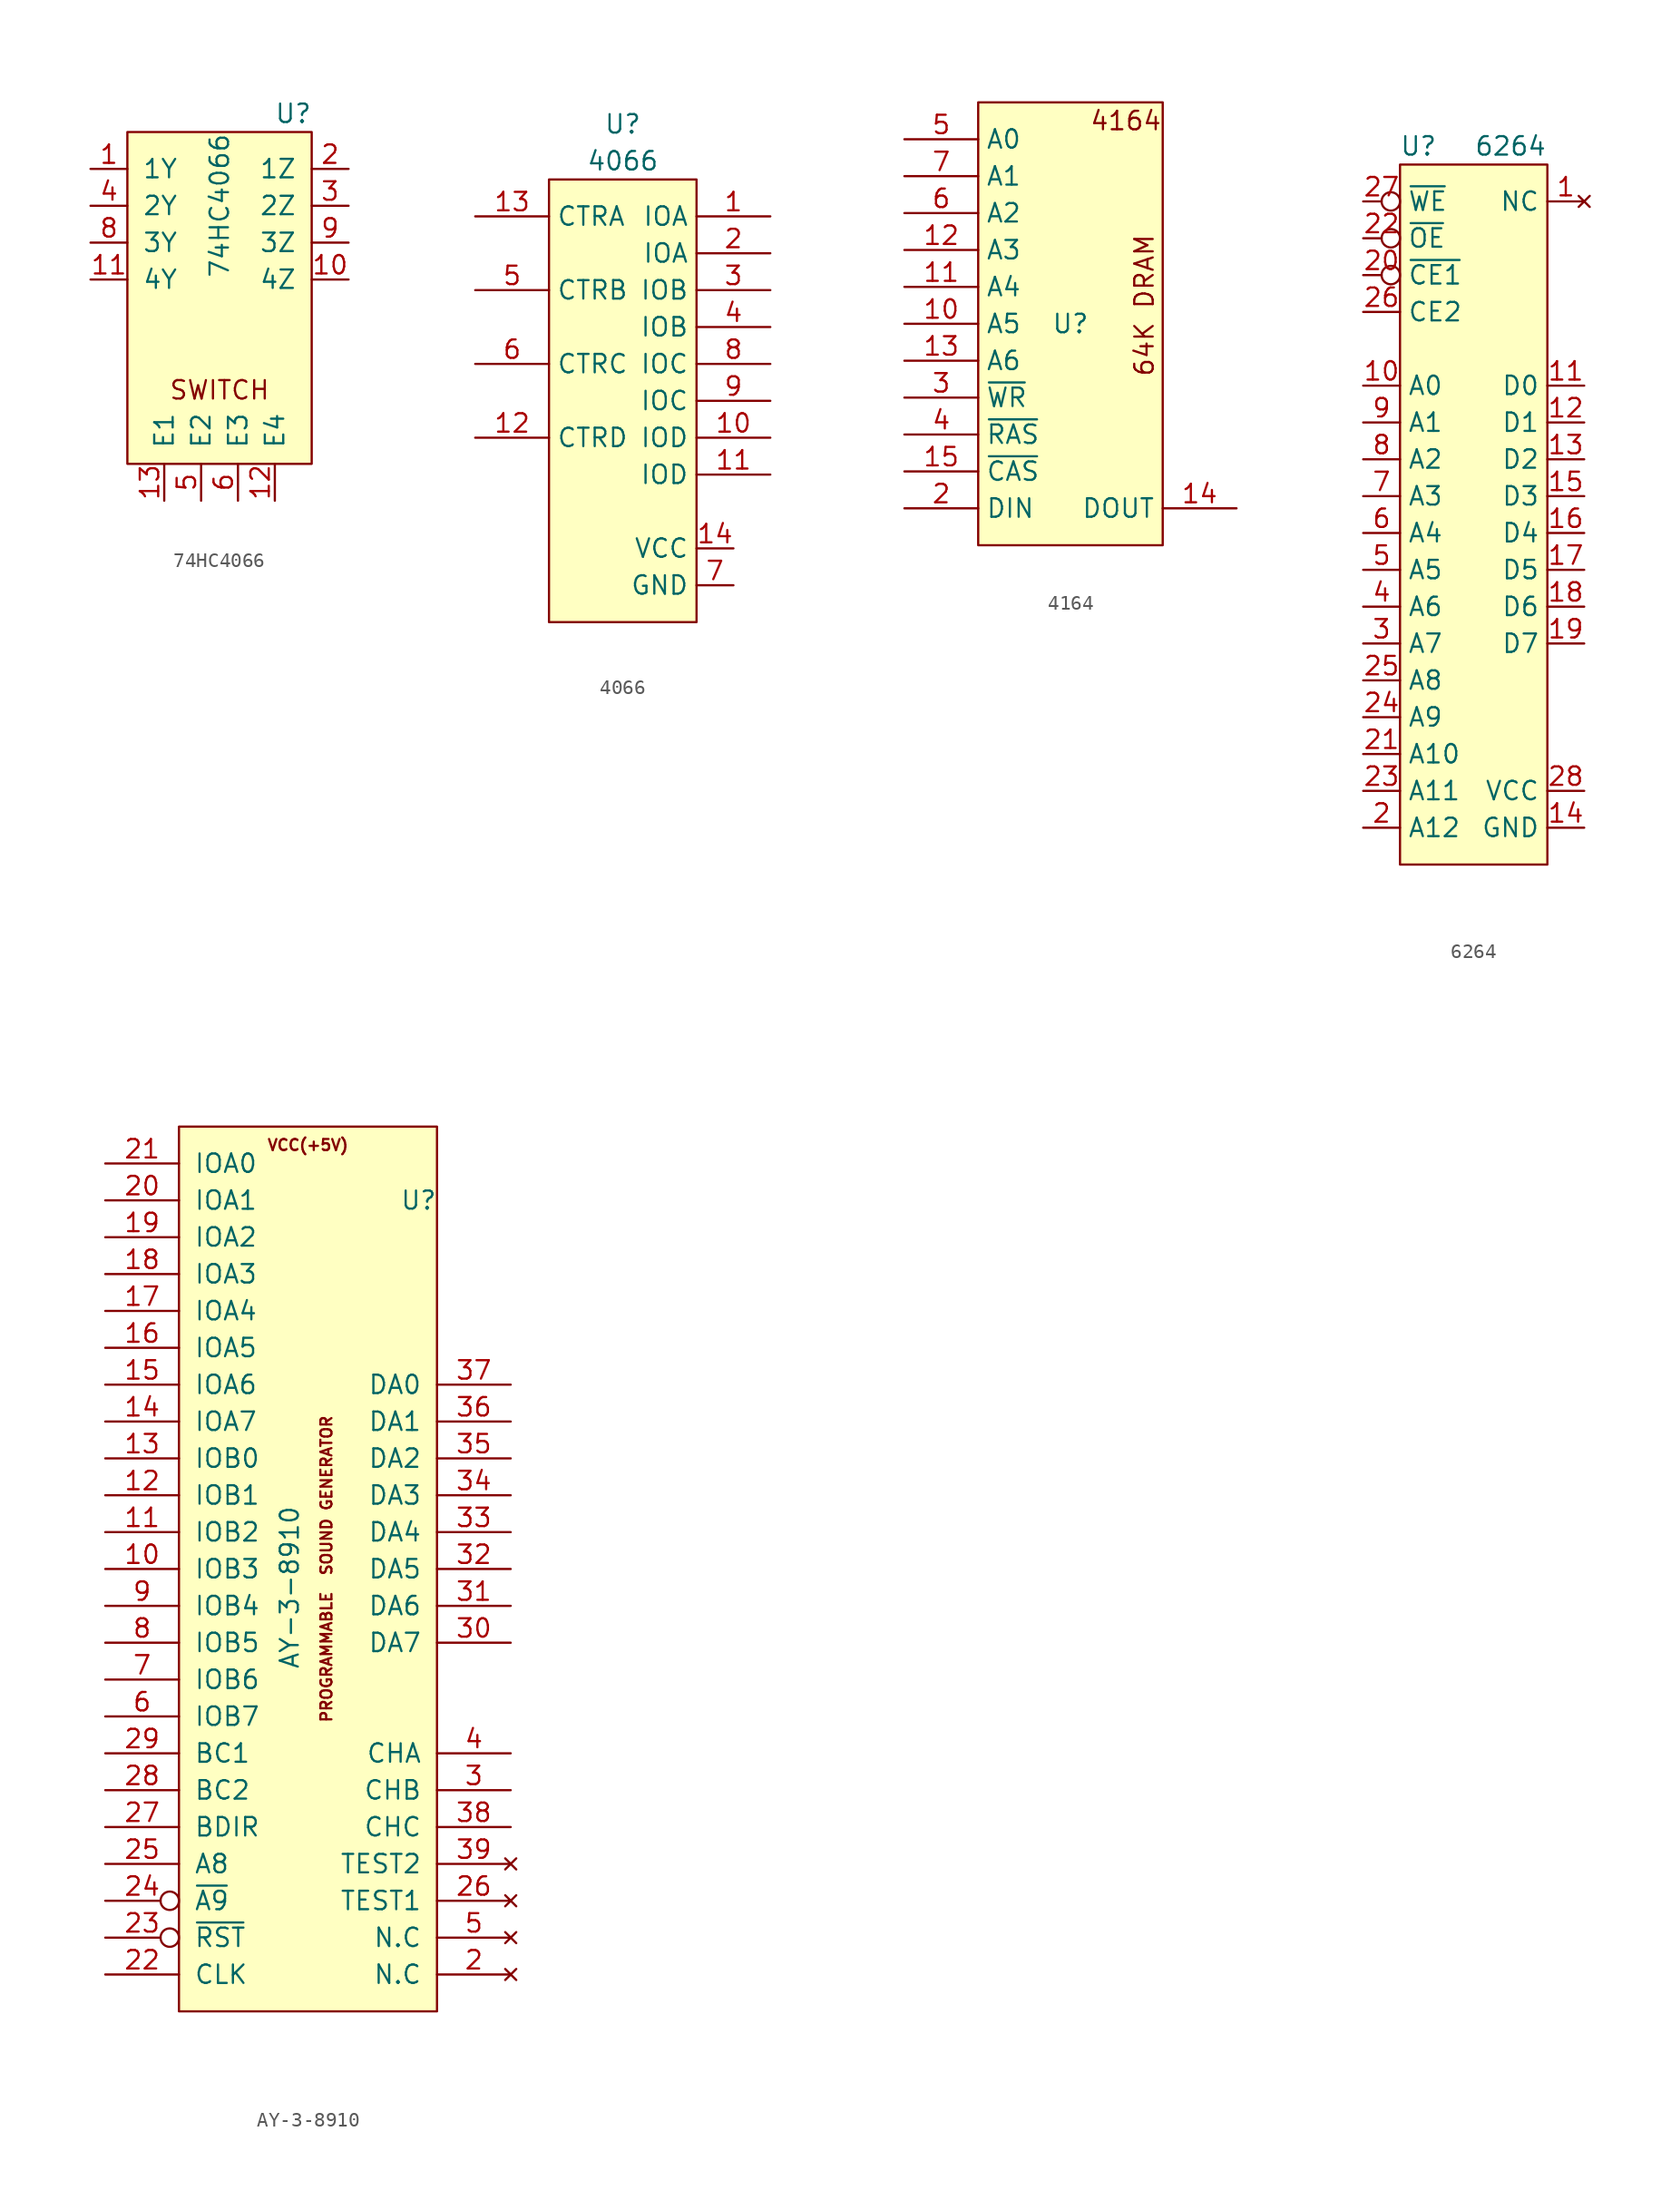
<source format=kicad_sym>
(kicad_symbol_lib
  (version 20231120)
  (generator "kicad_symbol_editor")
  (generator_version "8.0")
  (symbol "74HC4066"
    (pin_names
      (offset 1.016))
    (property "Reference" "U"
      (at 5.08 12.7 0)
      (effects (font (size 1.27 1.27))))
    (property "Value" "74HC4066"
      (at 0 6.35 90)
      (effects (font (size 1.27 1.27))))
    (symbol "74HC4066_0_0"
      (text "SWITCH" (at 0 -6.35 0) (effects (font (size 1.27 1.27)))))
    (symbol "74HC4066_0_1"
      (rectangle (start -6.35 11.43) (end 6.35 -11.43) (stroke (width 0) (type default)) (fill (type background))))
    (symbol "74HC4066_1_1"
      (pin bidirectional line (at -8.89 8.89 0) (length 2.54) (name "1Y" (effects (font (size 1.27 1.27)))) (number "1" (effects (font (size 1.27 1.27)))))
      (pin bidirectional line (at 8.89 1.27 180) (length 2.54) (name "4Z" (effects (font (size 1.27 1.27)))) (number "10" (effects (font (size 1.27 1.27)))))
      (pin bidirectional line (at -8.89 1.27 0) (length 2.54) (name "4Y" (effects (font (size 1.27 1.27)))) (number "11" (effects (font (size 1.27 1.27)))))
      (pin input line (at 3.81 -13.97 90) (length 2.54) (name "E4" (effects (font (size 1.27 1.27)))) (number "12" (effects (font (size 1.27 1.27)))))
      (pin input line (at -3.81 -13.97 90) (length 2.54) (name "E1" (effects (font (size 1.27 1.27)))) (number "13" (effects (font (size 1.27 1.27)))))
      (pin power_in line (at 6.35 -1.27 180) (length 2.54) hide (name "VCC" (effects (font (size 1.27 1.27)))) (number "14" (effects (font (size 1.27 1.27)))))
      (pin bidirectional line (at 8.89 8.89 180) (length 2.54) (name "1Z" (effects (font (size 1.27 1.27)))) (number "2" (effects (font (size 1.27 1.27)))))
      (pin bidirectional line (at 8.89 6.35 180) (length 2.54) (name "2Z" (effects (font (size 1.27 1.27)))) (number "3" (effects (font (size 1.27 1.27)))))
      (pin bidirectional line (at -8.89 6.35 0) (length 2.54) (name "2Y" (effects (font (size 1.27 1.27)))) (number "4" (effects (font (size 1.27 1.27)))))
      (pin input line (at -1.27 -13.97 90) (length 2.54) (name "E2" (effects (font (size 1.27 1.27)))) (number "5" (effects (font (size 1.27 1.27)))))
      (pin input line (at 1.27 -13.97 90) (length 2.54) (name "E3" (effects (font (size 1.27 1.27)))) (number "6" (effects (font (size 1.27 1.27)))))
      (pin power_in line (at 6.35 -3.81 180) (length 2.54) hide (name "VSS" (effects (font (size 1.27 1.27)))) (number "7" (effects (font (size 1.27 1.27)))))
      (pin bidirectional line (at -8.89 3.81 0) (length 2.54) (name "3Y" (effects (font (size 1.27 1.27)))) (number "8" (effects (font (size 1.27 1.27)))))
      (pin bidirectional line (at 8.89 3.81 180) (length 2.54) (name "3Z" (effects (font (size 1.27 1.27)))) (number "9" (effects (font (size 1.27 1.27)))))))
  (symbol "4066"
    (property "Reference" "U"
      (at 0 19.05 0)
      (effects (font (size 1.27 1.27))))
    (property "Value" "4066"
      (at 0 16.51 0)
      (effects (font (size 1.27 1.27))))
    (symbol "4066_0_1"
      (rectangle (start -5.08 15.24) (end 5.08 -15.24) (stroke (width 0) (type default)) (fill (type background))))
    (symbol "4066_1_1"
      (pin bidirectional line (at 10.16 12.7 180) (length 5.08) (name "IOA" (effects (font (size 1.27 1.27)))) (number "1" (effects (font (size 1.27 1.27)))))
      (pin bidirectional line (at 10.16 -2.54 180) (length 5.08) (name "IOD" (effects (font (size 1.27 1.27)))) (number "10" (effects (font (size 1.27 1.27)))))
      (pin bidirectional line (at 10.16 -5.08 180) (length 5.08) (name "IOD" (effects (font (size 1.27 1.27)))) (number "11" (effects (font (size 1.27 1.27)))))
      (pin input line (at -10.16 -2.54 0) (length 5.08) (name "CTRD" (effects (font (size 1.27 1.27)))) (number "12" (effects (font (size 1.27 1.27)))))
      (pin input line (at -10.16 12.7 0) (length 5.08) (name "CTRA" (effects (font (size 1.27 1.27)))) (number "13" (effects (font (size 1.27 1.27)))))
      (pin power_in line (at 7.62 -10.16 180) (length 2.54) (name "VCC" (effects (font (size 1.27 1.27)))) (number "14" (effects (font (size 1.27 1.27)))))
      (pin bidirectional line (at 10.16 10.16 180) (length 5.08) (name "IOA" (effects (font (size 1.27 1.27)))) (number "2" (effects (font (size 1.27 1.27)))))
      (pin bidirectional line (at 10.16 7.62 180) (length 5.08) (name "IOB" (effects (font (size 1.27 1.27)))) (number "3" (effects (font (size 1.27 1.27)))))
      (pin bidirectional line (at 10.16 5.08 180) (length 5.08) (name "IOB" (effects (font (size 1.27 1.27)))) (number "4" (effects (font (size 1.27 1.27)))))
      (pin input line (at -10.16 7.62 0) (length 5.08) (name "CTRB" (effects (font (size 1.27 1.27)))) (number "5" (effects (font (size 1.27 1.27)))))
      (pin input line (at -10.16 2.54 0) (length 5.08) (name "CTRC" (effects (font (size 1.27 1.27)))) (number "6" (effects (font (size 1.27 1.27)))))
      (pin power_in line (at 7.62 -12.7 180) (length 2.54) (name "GND" (effects (font (size 1.27 1.27)))) (number "7" (effects (font (size 1.27 1.27)))))
      (pin bidirectional line (at 10.16 2.54 180) (length 5.08) (name "IOC" (effects (font (size 1.27 1.27)))) (number "8" (effects (font (size 1.27 1.27)))))
      (pin bidirectional line (at 10.16 0 180) (length 5.08) (name "IOC" (effects (font (size 1.27 1.27)))) (number "9" (effects (font (size 1.27 1.27)))))))
  (symbol "4164"
    (property "Reference" "U"
      (at 0 0 0)
      (effects (font (size 1.27 1.27))))
    (property "Value" ""
      (at 0 2.54 0)
      (effects (font (size 1.27 1.27))))
    (symbol "4164_1_0"
      (pin input line (at -11.43 0 0) (length 5.08) (name "A5" (effects (font (size 1.27 1.27)))) (number "10" (effects (font (size 1.27 1.27)))))
      (pin input line (at -11.43 2.54 0) (length 5.08) (name "A4" (effects (font (size 1.27 1.27)))) (number "11" (effects (font (size 1.27 1.27)))))
      (pin input line (at -11.43 5.08 0) (length 5.08) (name "A3" (effects (font (size 1.27 1.27)))) (number "12" (effects (font (size 1.27 1.27)))))
      (pin input line (at -11.43 -2.54 0) (length 5.08) (name "A6" (effects (font (size 1.27 1.27)))) (number "13" (effects (font (size 1.27 1.27)))))
      (pin tri_state line (at 11.43 -12.7 180) (length 5.08) (name "DOUT" (effects (font (size 1.27 1.27)))) (number "14" (effects (font (size 1.27 1.27)))))
      (pin input line (at -11.43 -10.16 0) (length 5.08) (name "~{CAS}" (effects (font (size 1.27 1.27)))) (number "15" (effects (font (size 1.27 1.27)))))
      (pin input line (at -11.43 -12.7 0) (length 5.08) (name "DIN" (effects (font (size 1.27 1.27)))) (number "2" (effects (font (size 1.27 1.27)))))
      (pin input line (at -11.43 -5.08 0) (length 5.08) (name "~{WR}" (effects (font (size 1.27 1.27)))) (number "3" (effects (font (size 1.27 1.27)))))
      (pin input line (at -11.43 -7.62 0) (length 5.08) (name "~{RAS}" (effects (font (size 1.27 1.27)))) (number "4" (effects (font (size 1.27 1.27)))))
      (pin input line (at -11.43 12.7 0) (length 5.08) (name "A0" (effects (font (size 1.27 1.27)))) (number "5" (effects (font (size 1.27 1.27)))))
      (pin input line (at -11.43 7.62 0) (length 5.08) (name "A2" (effects (font (size 1.27 1.27)))) (number "6" (effects (font (size 1.27 1.27)))))
      (pin input line (at -11.43 10.16 0) (length 5.08) (name "A1" (effects (font (size 1.27 1.27)))) (number "7" (effects (font (size 1.27 1.27))))))
    (symbol "4164_1_1"
      (rectangle (start -6.35 15.24) (end 6.35 -15.24) (stroke (width 0) (type default)) (fill (type background)))
      (text "4164" (at 3.81 13.97 0) (effects (font (size 1.27 1.27))))
      (text "64K DRAM" (at 5.08 1.27 900) (effects (font (size 1.27 1.27))))))
  (symbol "6264"
    (property "Reference" "U"
      (at 3.81 3.81 0)
      (effects (font (size 1.27 1.27))))
    (property "Value" "6264"
      (at 10.16 3.81 0)
      (effects (font (size 1.27 1.27))))
    (symbol "6264_0_1"
      (rectangle (start 2.54 2.54) (end 12.7 -45.72) (stroke (width 0) (type default)) (fill (type background))))
    (symbol "6264_1_1"
      (pin no_connect line (at 15.24 0 180) (length 2.54) (name "NC" (effects (font (size 1.27 1.27)))) (number "1" (effects (font (size 1.27 1.27)))))
      (pin input line (at 0 -12.7 0) (length 2.54) (name "A0" (effects (font (size 1.27 1.27)))) (number "10" (effects (font (size 1.27 1.27)))))
      (pin bidirectional line (at 15.24 -12.7 180) (length 2.54) (name "D0" (effects (font (size 1.27 1.27)))) (number "11" (effects (font (size 1.27 1.27)))))
      (pin bidirectional line (at 15.24 -15.24 180) (length 2.54) (name "D1" (effects (font (size 1.27 1.27)))) (number "12" (effects (font (size 1.27 1.27)))))
      (pin bidirectional line (at 15.24 -17.78 180) (length 2.54) (name "D2" (effects (font (size 1.27 1.27)))) (number "13" (effects (font (size 1.27 1.27)))))
      (pin power_in line (at 15.24 -43.18 180) (length 2.54) (name "GND" (effects (font (size 1.27 1.27)))) (number "14" (effects (font (size 1.27 1.27)))))
      (pin bidirectional line (at 15.24 -20.32 180) (length 2.54) (name "D3" (effects (font (size 1.27 1.27)))) (number "15" (effects (font (size 1.27 1.27)))))
      (pin bidirectional line (at 15.24 -22.86 180) (length 2.54) (name "D4" (effects (font (size 1.27 1.27)))) (number "16" (effects (font (size 1.27 1.27)))))
      (pin bidirectional line (at 15.24 -25.4 180) (length 2.54) (name "D5" (effects (font (size 1.27 1.27)))) (number "17" (effects (font (size 1.27 1.27)))))
      (pin bidirectional line (at 15.24 -27.94 180) (length 2.54) (name "D6" (effects (font (size 1.27 1.27)))) (number "18" (effects (font (size 1.27 1.27)))))
      (pin bidirectional line (at 15.24 -30.48 180) (length 2.54) (name "D7" (effects (font (size 1.27 1.27)))) (number "19" (effects (font (size 1.27 1.27)))))
      (pin input line (at 0 -43.18 0) (length 2.54) (name "A12" (effects (font (size 1.27 1.27)))) (number "2" (effects (font (size 1.27 1.27)))))
      (pin input inverted (at 0 -5.08 0) (length 2.54) (name "~{CE1}" (effects (font (size 1.27 1.27)))) (number "20" (effects (font (size 1.27 1.27)))))
      (pin input line (at 0 -38.1 0) (length 2.54) (name "A10" (effects (font (size 1.27 1.27)))) (number "21" (effects (font (size 1.27 1.27)))))
      (pin input inverted (at 0 -2.54 0) (length 2.54) (name "~{OE}" (effects (font (size 1.27 1.27)))) (number "22" (effects (font (size 1.27 1.27)))))
      (pin input line (at 0 -40.64 0) (length 2.54) (name "A11" (effects (font (size 1.27 1.27)))) (number "23" (effects (font (size 1.27 1.27)))))
      (pin input line (at 0 -35.56 0) (length 2.54) (name "A9" (effects (font (size 1.27 1.27)))) (number "24" (effects (font (size 1.27 1.27)))))
      (pin input line (at 0 -33.02 0) (length 2.54) (name "A8" (effects (font (size 1.27 1.27)))) (number "25" (effects (font (size 1.27 1.27)))))
      (pin input line (at 0 -7.62 0) (length 2.54) (name "CE2" (effects (font (size 1.27 1.27)))) (number "26" (effects (font (size 1.27 1.27)))))
      (pin input inverted (at 0 0 0) (length 2.54) (name "~{WE}" (effects (font (size 1.27 1.27)))) (number "27" (effects (font (size 1.27 1.27)))))
      (pin power_in line (at 15.24 -40.64 180) (length 2.54) (name "VCC" (effects (font (size 1.27 1.27)))) (number "28" (effects (font (size 1.27 1.27)))))
      (pin input line (at 0 -30.48 0) (length 2.54) (name "A7" (effects (font (size 1.27 1.27)))) (number "3" (effects (font (size 1.27 1.27)))))
      (pin input line (at 0 -27.94 0) (length 2.54) (name "A6" (effects (font (size 1.27 1.27)))) (number "4" (effects (font (size 1.27 1.27)))))
      (pin input line (at 0 -25.4 0) (length 2.54) (name "A5" (effects (font (size 1.27 1.27)))) (number "5" (effects (font (size 1.27 1.27)))))
      (pin input line (at 0 -22.86 0) (length 2.54) (name "A4" (effects (font (size 1.27 1.27)))) (number "6" (effects (font (size 1.27 1.27)))))
      (pin input line (at 0 -20.32 0) (length 2.54) (name "A3" (effects (font (size 1.27 1.27)))) (number "7" (effects (font (size 1.27 1.27)))))
      (pin input line (at 0 -17.78 0) (length 2.54) (name "A2" (effects (font (size 1.27 1.27)))) (number "8" (effects (font (size 1.27 1.27)))))
      (pin input line (at 0 -15.24 0) (length 2.54) (name "A1" (effects (font (size 1.27 1.27)))) (number "9" (effects (font (size 1.27 1.27)))))))
  (symbol "AY-3-8910"
    (pin_names
      (offset 1.016))
    (property "Reference" "U"
      (at 7.62 26.67 0)
      (effects (font (size 1.245 1.245))))
    (property "Value" "AY-3-8910"
      (at -1.27 0 90)
      (effects (font (size 1.245 1.245))))
    (symbol "AY-3-8910_0_0"
      (text "PROGRAMMABLE  SOUND GENERATOR" (at 1.27 1.27 900) (effects (font (size 0.762 0.762))))
      (text "VCC(+5V)" (at 0 30.48 0) (effects (font (size 0.762 0.762)))))
    (symbol "AY-3-8910_0_1"
      (rectangle (start -8.89 31.75) (end 8.89 -29.21) (stroke (width 0) (type default)) (fill (type background))))
    (symbol "AY-3-8910_1_1"
      (pin power_in line (at 0 -29.21 90) (length 5.08) hide (name "VSS" (effects (font (size 1.27 1.27)))) (number "1" (effects (font (size 1.27 1.27)))))
      (pin bidirectional line (at -13.97 1.27 0) (length 5.08) (name "IOB3" (effects (font (size 1.27 1.27)))) (number "10" (effects (font (size 1.27 1.27)))))
      (pin bidirectional line (at -13.97 3.81 0) (length 5.08) (name "IOB2" (effects (font (size 1.27 1.27)))) (number "11" (effects (font (size 1.27 1.27)))))
      (pin bidirectional line (at -13.97 6.35 0) (length 5.08) (name "IOB1" (effects (font (size 1.27 1.27)))) (number "12" (effects (font (size 1.27 1.27)))))
      (pin bidirectional line (at -13.97 8.89 0) (length 5.08) (name "IOB0" (effects (font (size 1.27 1.27)))) (number "13" (effects (font (size 1.27 1.27)))))
      (pin bidirectional line (at -13.97 11.43 0) (length 5.08) (name "IOA7" (effects (font (size 1.27 1.27)))) (number "14" (effects (font (size 1.27 1.27)))))
      (pin bidirectional line (at -13.97 13.97 0) (length 5.08) (name "IOA6" (effects (font (size 1.27 1.27)))) (number "15" (effects (font (size 1.27 1.27)))))
      (pin bidirectional line (at -13.97 16.51 0) (length 5.08) (name "IOA5" (effects (font (size 1.27 1.27)))) (number "16" (effects (font (size 1.27 1.27)))))
      (pin bidirectional line (at -13.97 19.05 0) (length 5.08) (name "IOA4" (effects (font (size 1.27 1.27)))) (number "17" (effects (font (size 1.27 1.27)))))
      (pin bidirectional line (at -13.97 21.59 0) (length 5.08) (name "IOA3" (effects (font (size 1.27 1.27)))) (number "18" (effects (font (size 1.27 1.27)))))
      (pin bidirectional line (at -13.97 24.13 0) (length 5.08) (name "IOA2" (effects (font (size 1.27 1.27)))) (number "19" (effects (font (size 1.27 1.27)))))
      (pin no_connect line (at 13.97 -26.67 180) (length 5.08) (name "N.C" (effects (font (size 1.27 1.27)))) (number "2" (effects (font (size 1.27 1.27)))))
      (pin bidirectional line (at -13.97 26.67 0) (length 5.08) (name "IOA1" (effects (font (size 1.27 1.27)))) (number "20" (effects (font (size 1.27 1.27)))))
      (pin bidirectional line (at -13.97 29.21 0) (length 5.08) (name "IOA0" (effects (font (size 1.27 1.27)))) (number "21" (effects (font (size 1.27 1.27)))))
      (pin input line (at -13.97 -26.67 0) (length 5.08) (name "CLK" (effects (font (size 1.27 1.27)))) (number "22" (effects (font (size 1.27 1.27)))))
      (pin input inverted (at -13.97 -24.13 0) (length 5.08) (name "~{RST}" (effects (font (size 1.27 1.27)))) (number "23" (effects (font (size 1.27 1.27)))))
      (pin input inverted (at -13.97 -21.59 0) (length 5.08) (name "~{A9}" (effects (font (size 1.27 1.27)))) (number "24" (effects (font (size 1.27 1.27)))))
      (pin input line (at -13.97 -19.05 0) (length 5.08) (name "A8" (effects (font (size 1.27 1.27)))) (number "25" (effects (font (size 1.27 1.27)))))
      (pin no_connect line (at 13.97 -21.59 180) (length 5.08) (name "TEST1" (effects (font (size 1.27 1.27)))) (number "26" (effects (font (size 1.27 1.27)))))
      (pin input line (at -13.97 -16.51 0) (length 5.08) (name "BDIR" (effects (font (size 1.27 1.27)))) (number "27" (effects (font (size 1.27 1.27)))))
      (pin input line (at -13.97 -13.97 0) (length 5.08) (name "BC2" (effects (font (size 1.27 1.27)))) (number "28" (effects (font (size 1.27 1.27)))))
      (pin input line (at -13.97 -11.43 0) (length 5.08) (name "BC1" (effects (font (size 1.27 1.27)))) (number "29" (effects (font (size 1.27 1.27)))))
      (pin output line (at 13.97 -13.97 180) (length 5.08) (name "CHB" (effects (font (size 1.27 1.27)))) (number "3" (effects (font (size 1.27 1.27)))))
      (pin tri_state line (at 13.97 -3.81 180) (length 5.08) (name "DA7" (effects (font (size 1.27 1.27)))) (number "30" (effects (font (size 1.27 1.27)))))
      (pin tri_state line (at 13.97 -1.27 180) (length 5.08) (name "DA6" (effects (font (size 1.27 1.27)))) (number "31" (effects (font (size 1.27 1.27)))))
      (pin tri_state line (at 13.97 1.27 180) (length 5.08) (name "DA5" (effects (font (size 1.27 1.27)))) (number "32" (effects (font (size 1.27 1.27)))))
      (pin tri_state line (at 13.97 3.81 180) (length 5.08) (name "DA4" (effects (font (size 1.27 1.27)))) (number "33" (effects (font (size 1.27 1.27)))))
      (pin tri_state line (at 13.97 6.35 180) (length 5.08) (name "DA3" (effects (font (size 1.27 1.27)))) (number "34" (effects (font (size 1.27 1.27)))))
      (pin tri_state line (at 13.97 8.89 180) (length 5.08) (name "DA2" (effects (font (size 1.27 1.27)))) (number "35" (effects (font (size 1.27 1.27)))))
      (pin tri_state line (at 13.97 11.43 180) (length 5.08) (name "DA1" (effects (font (size 1.27 1.27)))) (number "36" (effects (font (size 1.27 1.27)))))
      (pin tri_state line (at 13.97 13.97 180) (length 5.08) (name "DA0" (effects (font (size 1.27 1.27)))) (number "37" (effects (font (size 1.27 1.27)))))
      (pin output line (at 13.97 -16.51 180) (length 5.08) (name "CHC" (effects (font (size 1.27 1.27)))) (number "38" (effects (font (size 1.27 1.27)))))
      (pin no_connect line (at 13.97 -19.05 180) (length 5.08) (name "TEST2" (effects (font (size 1.27 1.27)))) (number "39" (effects (font (size 1.27 1.27)))))
      (pin output line (at 13.97 -11.43 180) (length 5.08) (name "CHA" (effects (font (size 1.27 1.27)))) (number "4" (effects (font (size 1.27 1.27)))))
      (pin power_in line (at 0 31.75 270) (length 5.08) hide (name "VCC" (effects (font (size 1.27 1.27)))) (number "40" (effects (font (size 1.27 1.27)))))
      (pin no_connect line (at 13.97 -24.13 180) (length 5.08) (name "N.C" (effects (font (size 1.27 1.27)))) (number "5" (effects (font (size 1.27 1.27)))))
      (pin bidirectional line (at -13.97 -8.89 0) (length 5.08) (name "IOB7" (effects (font (size 1.27 1.27)))) (number "6" (effects (font (size 1.27 1.27)))))
      (pin bidirectional line (at -13.97 -6.35 0) (length 5.08) (name "IOB6" (effects (font (size 1.27 1.27)))) (number "7" (effects (font (size 1.27 1.27)))))
      (pin bidirectional line (at -13.97 -3.81 0) (length 5.08) (name "IOB5" (effects (font (size 1.27 1.27)))) (number "8" (effects (font (size 1.27 1.27)))))
      (pin bidirectional line (at -13.97 -1.27 0) (length 5.08) (name "IOB4" (effects (font (size 1.27 1.27)))) (number "9" (effects (font (size 1.27 1.27))))))))
</source>
